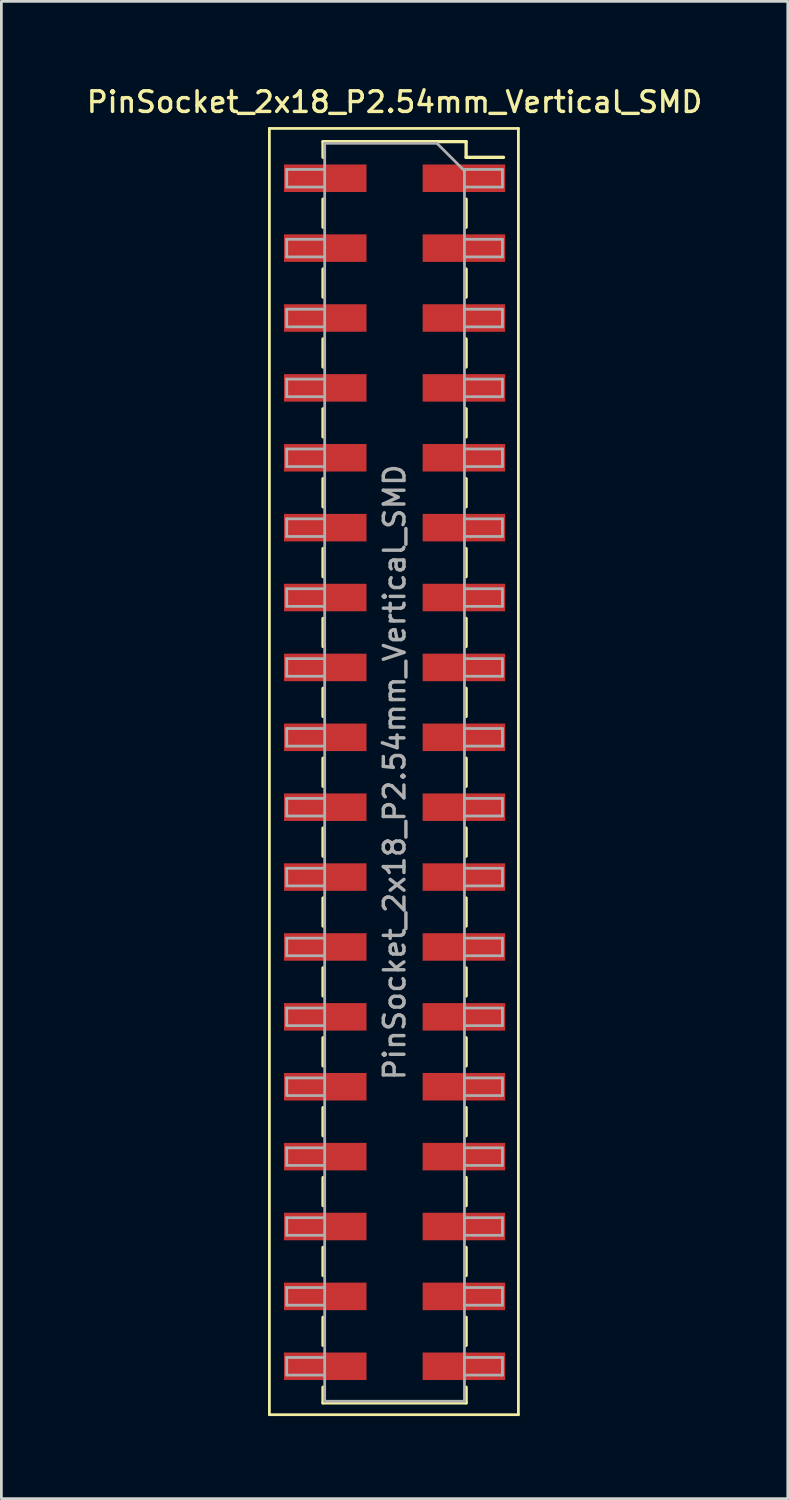
<source format=kicad_pcb>
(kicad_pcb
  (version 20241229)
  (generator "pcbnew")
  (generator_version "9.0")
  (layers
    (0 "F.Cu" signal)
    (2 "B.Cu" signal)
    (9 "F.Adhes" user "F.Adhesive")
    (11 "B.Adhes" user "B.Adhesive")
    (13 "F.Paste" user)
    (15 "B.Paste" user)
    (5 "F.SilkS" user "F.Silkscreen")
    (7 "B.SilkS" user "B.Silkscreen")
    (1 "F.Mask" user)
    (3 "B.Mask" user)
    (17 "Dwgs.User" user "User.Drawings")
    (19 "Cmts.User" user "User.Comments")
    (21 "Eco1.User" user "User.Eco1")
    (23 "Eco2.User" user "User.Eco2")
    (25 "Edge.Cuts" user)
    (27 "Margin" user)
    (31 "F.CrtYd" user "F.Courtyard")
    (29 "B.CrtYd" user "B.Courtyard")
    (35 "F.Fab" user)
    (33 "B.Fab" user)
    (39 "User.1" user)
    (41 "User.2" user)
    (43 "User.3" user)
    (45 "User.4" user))
  (footprint "PinSocket_2x18_P2.54mm_Vertical_SMD"
    (layer "F.Cu")
    (at 11.291 25.018)
    (property "Reference" "PinSocket_2x18_P2.54mm_Vertical_SMD" (at 0 -24.36 0) (layer "F.SilkS") (effects (font (size 0.75 0.75) (thickness 0.125))))
    (attr smd)
    (fp_line (start -4.55 -23.4) (end 4.5 -23.4) (stroke (width 0.1) (type solid)) (layer "F.SilkS"))
    (fp_line (start -4.55 23.35) (end -4.55 -23.4) (stroke (width 0.1) (type solid)) (layer "F.SilkS"))
    (fp_line (start -2.6 -22.92) (end -2.6 -22.35) (stroke (width 0.12) (type solid)) (layer "F.SilkS"))
    (fp_line (start -2.6 -22.92) (end 2.6 -22.92) (stroke (width 0.12) (type solid)) (layer "F.SilkS"))
    (fp_line (start -2.6 -20.83) (end -2.6 -19.81) (stroke (width 0.12) (type solid)) (layer "F.SilkS"))
    (fp_line (start -2.6 -18.29) (end -2.6 -17.27) (stroke (width 0.12) (type solid)) (layer "F.SilkS"))
    (fp_line (start -2.6 -15.75) (end -2.6 -14.73) (stroke (width 0.12) (type solid)) (layer "F.SilkS"))
    (fp_line (start -2.6 -13.21) (end -2.6 -12.19) (stroke (width 0.12) (type solid)) (layer "F.SilkS"))
    (fp_line (start -2.6 -10.67) (end -2.6 -9.65) (stroke (width 0.12) (type solid)) (layer "F.SilkS"))
    (fp_line (start -2.6 -8.13) (end -2.6 -7.11) (stroke (width 0.12) (type solid)) (layer "F.SilkS"))
    (fp_line (start -2.6 -5.59) (end -2.6 -4.57) (stroke (width 0.12) (type solid)) (layer "F.SilkS"))
    (fp_line (start -2.6 -3.05) (end -2.6 -2.03) (stroke (width 0.12) (type solid)) (layer "F.SilkS"))
    (fp_line (start -2.6 -0.51) (end -2.6 0.51) (stroke (width 0.12) (type solid)) (layer "F.SilkS"))
    (fp_line (start -2.6 2.03) (end -2.6 3.05) (stroke (width 0.12) (type solid)) (layer "F.SilkS"))
    (fp_line (start -2.6 4.57) (end -2.6 5.59) (stroke (width 0.12) (type solid)) (layer "F.SilkS"))
    (fp_line (start -2.6 7.11) (end -2.6 8.13) (stroke (width 0.12) (type solid)) (layer "F.SilkS"))
    (fp_line (start -2.6 9.65) (end -2.6 10.67) (stroke (width 0.12) (type solid)) (layer "F.SilkS"))
    (fp_line (start -2.6 12.19) (end -2.6 13.21) (stroke (width 0.12) (type solid)) (layer "F.SilkS"))
    (fp_line (start -2.6 14.73) (end -2.6 15.75) (stroke (width 0.12) (type solid)) (layer "F.SilkS"))
    (fp_line (start -2.6 17.27) (end -2.6 18.29) (stroke (width 0.12) (type solid)) (layer "F.SilkS"))
    (fp_line (start -2.6 19.81) (end -2.6 20.83) (stroke (width 0.12) (type solid)) (layer "F.SilkS"))
    (fp_line (start -2.6 22.35) (end -2.6 22.92) (stroke (width 0.12) (type solid)) (layer "F.SilkS"))
    (fp_line (start -2.6 22.92) (end 2.6 22.92) (stroke (width 0.12) (type solid)) (layer "F.SilkS"))
    (fp_line (start 2.6 -22.92) (end 2.6 -22.35) (stroke (width 0.12) (type solid)) (layer "F.SilkS"))
    (fp_line (start 2.6 -22.35) (end 3.96 -22.35) (stroke (width 0.12) (type solid)) (layer "F.SilkS"))
    (fp_line (start 2.6 -20.83) (end 2.6 -19.81) (stroke (width 0.12) (type solid)) (layer "F.SilkS"))
    (fp_line (start 2.6 -18.29) (end 2.6 -17.27) (stroke (width 0.12) (type solid)) (layer "F.SilkS"))
    (fp_line (start 2.6 -15.75) (end 2.6 -14.73) (stroke (width 0.12) (type solid)) (layer "F.SilkS"))
    (fp_line (start 2.6 -13.21) (end 2.6 -12.19) (stroke (width 0.12) (type solid)) (layer "F.SilkS"))
    (fp_line (start 2.6 -10.67) (end 2.6 -9.65) (stroke (width 0.12) (type solid)) (layer "F.SilkS"))
    (fp_line (start 2.6 -8.13) (end 2.6 -7.11) (stroke (width 0.12) (type solid)) (layer "F.SilkS"))
    (fp_line (start 2.6 -5.59) (end 2.6 -4.57) (stroke (width 0.12) (type solid)) (layer "F.SilkS"))
    (fp_line (start 2.6 -3.05) (end 2.6 -2.03) (stroke (width 0.12) (type solid)) (layer "F.SilkS"))
    (fp_line (start 2.6 -0.51) (end 2.6 0.51) (stroke (width 0.12) (type solid)) (layer "F.SilkS"))
    (fp_line (start 2.6 2.03) (end 2.6 3.05) (stroke (width 0.12) (type solid)) (layer "F.SilkS"))
    (fp_line (start 2.6 4.57) (end 2.6 5.59) (stroke (width 0.12) (type solid)) (layer "F.SilkS"))
    (fp_line (start 2.6 7.11) (end 2.6 8.13) (stroke (width 0.12) (type solid)) (layer "F.SilkS"))
    (fp_line (start 2.6 9.65) (end 2.6 10.67) (stroke (width 0.12) (type solid)) (layer "F.SilkS"))
    (fp_line (start 2.6 12.19) (end 2.6 13.21) (stroke (width 0.12) (type solid)) (layer "F.SilkS"))
    (fp_line (start 2.6 14.73) (end 2.6 15.75) (stroke (width 0.12) (type solid)) (layer "F.SilkS"))
    (fp_line (start 2.6 17.27) (end 2.6 18.29) (stroke (width 0.12) (type solid)) (layer "F.SilkS"))
    (fp_line (start 2.6 19.81) (end 2.6 20.83) (stroke (width 0.12) (type solid)) (layer "F.SilkS"))
    (fp_line (start 2.6 22.35) (end 2.6 22.92) (stroke (width 0.12) (type solid)) (layer "F.SilkS"))
    (fp_line (start 4.5 -23.4) (end 4.5 23.35) (stroke (width 0.1) (type solid)) (layer "F.SilkS"))
    (fp_line (start 4.5 23.35) (end -4.55 23.35) (stroke (width 0.1) (type solid)) (layer "F.SilkS"))
    (fp_line (start -3.92 -21.91) (end -2.54 -21.91) (stroke (width 0.1) (type solid)) (layer "F.Fab"))
    (fp_line (start -3.92 -21.27) (end -3.92 -21.91) (stroke (width 0.1) (type solid)) (layer "F.Fab"))
    (fp_line (start -3.92 -19.37) (end -2.54 -19.37) (stroke (width 0.1) (type solid)) (layer "F.Fab"))
    (fp_line (start -3.92 -18.73) (end -3.92 -19.37) (stroke (width 0.1) (type solid)) (layer "F.Fab"))
    (fp_line (start -3.92 -16.83) (end -2.54 -16.83) (stroke (width 0.1) (type solid)) (layer "F.Fab"))
    (fp_line (start -3.92 -16.19) (end -3.92 -16.83) (stroke (width 0.1) (type solid)) (layer "F.Fab"))
    (fp_line (start -3.92 -14.29) (end -2.54 -14.29) (stroke (width 0.1) (type solid)) (layer "F.Fab"))
    (fp_line (start -3.92 -13.65) (end -3.92 -14.29) (stroke (width 0.1) (type solid)) (layer "F.Fab"))
    (fp_line (start -3.92 -11.75) (end -2.54 -11.75) (stroke (width 0.1) (type solid)) (layer "F.Fab"))
    (fp_line (start -3.92 -11.11) (end -3.92 -11.75) (stroke (width 0.1) (type solid)) (layer "F.Fab"))
    (fp_line (start -3.92 -9.21) (end -2.54 -9.21) (stroke (width 0.1) (type solid)) (layer "F.Fab"))
    (fp_line (start -3.92 -8.57) (end -3.92 -9.21) (stroke (width 0.1) (type solid)) (layer "F.Fab"))
    (fp_line (start -3.92 -6.67) (end -2.54 -6.67) (stroke (width 0.1) (type solid)) (layer "F.Fab"))
    (fp_line (start -3.92 -6.03) (end -3.92 -6.67) (stroke (width 0.1) (type solid)) (layer "F.Fab"))
    (fp_line (start -3.92 -4.13) (end -2.54 -4.13) (stroke (width 0.1) (type solid)) (layer "F.Fab"))
    (fp_line (start -3.92 -3.49) (end -3.92 -4.13) (stroke (width 0.1) (type solid)) (layer "F.Fab"))
    (fp_line (start -3.92 -1.59) (end -2.54 -1.59) (stroke (width 0.1) (type solid)) (layer "F.Fab"))
    (fp_line (start -3.92 -0.95) (end -3.92 -1.59) (stroke (width 0.1) (type solid)) (layer "F.Fab"))
    (fp_line (start -3.92 0.95) (end -2.54 0.95) (stroke (width 0.1) (type solid)) (layer "F.Fab"))
    (fp_line (start -3.92 1.59) (end -3.92 0.95) (stroke (width 0.1) (type solid)) (layer "F.Fab"))
    (fp_line (start -3.92 3.49) (end -2.54 3.49) (stroke (width 0.1) (type solid)) (layer "F.Fab"))
    (fp_line (start -3.92 4.13) (end -3.92 3.49) (stroke (width 0.1) (type solid)) (layer "F.Fab"))
    (fp_line (start -3.92 6.03) (end -2.54 6.03) (stroke (width 0.1) (type solid)) (layer "F.Fab"))
    (fp_line (start -3.92 6.67) (end -3.92 6.03) (stroke (width 0.1) (type solid)) (layer "F.Fab"))
    (fp_line (start -3.92 8.57) (end -2.54 8.57) (stroke (width 0.1) (type solid)) (layer "F.Fab"))
    (fp_line (start -3.92 9.21) (end -3.92 8.57) (stroke (width 0.1) (type solid)) (layer "F.Fab"))
    (fp_line (start -3.92 11.11) (end -2.54 11.11) (stroke (width 0.1) (type solid)) (layer "F.Fab"))
    (fp_line (start -3.92 11.75) (end -3.92 11.11) (stroke (width 0.1) (type solid)) (layer "F.Fab"))
    (fp_line (start -3.92 13.65) (end -2.54 13.65) (stroke (width 0.1) (type solid)) (layer "F.Fab"))
    (fp_line (start -3.92 14.29) (end -3.92 13.65) (stroke (width 0.1) (type solid)) (layer "F.Fab"))
    (fp_line (start -3.92 16.19) (end -2.54 16.19) (stroke (width 0.1) (type solid)) (layer "F.Fab"))
    (fp_line (start -3.92 16.83) (end -3.92 16.19) (stroke (width 0.1) (type solid)) (layer "F.Fab"))
    (fp_line (start -3.92 18.73) (end -2.54 18.73) (stroke (width 0.1) (type solid)) (layer "F.Fab"))
    (fp_line (start -3.92 19.37) (end -3.92 18.73) (stroke (width 0.1) (type solid)) (layer "F.Fab"))
    (fp_line (start -3.92 21.27) (end -2.54 21.27) (stroke (width 0.1) (type solid)) (layer "F.Fab"))
    (fp_line (start -3.92 21.91) (end -3.92 21.27) (stroke (width 0.1) (type solid)) (layer "F.Fab"))
    (fp_line (start -2.54 -22.86) (end 1.54 -22.86) (stroke (width 0.1) (type solid)) (layer "F.Fab"))
    (fp_line (start -2.54 -21.27) (end -3.92 -21.27) (stroke (width 0.1) (type solid)) (layer "F.Fab"))
    (fp_line (start -2.54 -18.73) (end -3.92 -18.73) (stroke (width 0.1) (type solid)) (layer "F.Fab"))
    (fp_line (start -2.54 -16.19) (end -3.92 -16.19) (stroke (width 0.1) (type solid)) (layer "F.Fab"))
    (fp_line (start -2.54 -13.65) (end -3.92 -13.65) (stroke (width 0.1) (type solid)) (layer "F.Fab"))
    (fp_line (start -2.54 -11.11) (end -3.92 -11.11) (stroke (width 0.1) (type solid)) (layer "F.Fab"))
    (fp_line (start -2.54 -8.57) (end -3.92 -8.57) (stroke (width 0.1) (type solid)) (layer "F.Fab"))
    (fp_line (start -2.54 -6.03) (end -3.92 -6.03) (stroke (width 0.1) (type solid)) (layer "F.Fab"))
    (fp_line (start -2.54 -3.49) (end -3.92 -3.49) (stroke (width 0.1) (type solid)) (layer "F.Fab"))
    (fp_line (start -2.54 -0.95) (end -3.92 -0.95) (stroke (width 0.1) (type solid)) (layer "F.Fab"))
    (fp_line (start -2.54 1.59) (end -3.92 1.59) (stroke (width 0.1) (type solid)) (layer "F.Fab"))
    (fp_line (start -2.54 4.13) (end -3.92 4.13) (stroke (width 0.1) (type solid)) (layer "F.Fab"))
    (fp_line (start -2.54 6.67) (end -3.92 6.67) (stroke (width 0.1) (type solid)) (layer "F.Fab"))
    (fp_line (start -2.54 9.21) (end -3.92 9.21) (stroke (width 0.1) (type solid)) (layer "F.Fab"))
    (fp_line (start -2.54 11.75) (end -3.92 11.75) (stroke (width 0.1) (type solid)) (layer "F.Fab"))
    (fp_line (start -2.54 14.29) (end -3.92 14.29) (stroke (width 0.1) (type solid)) (layer "F.Fab"))
    (fp_line (start -2.54 16.83) (end -3.92 16.83) (stroke (width 0.1) (type solid)) (layer "F.Fab"))
    (fp_line (start -2.54 19.37) (end -3.92 19.37) (stroke (width 0.1) (type solid)) (layer "F.Fab"))
    (fp_line (start -2.54 21.91) (end -3.92 21.91) (stroke (width 0.1) (type solid)) (layer "F.Fab"))
    (fp_line (start -2.54 22.86) (end -2.54 -22.86) (stroke (width 0.1) (type solid)) (layer "F.Fab"))
    (fp_line (start 1.54 -22.86) (end 2.54 -21.86) (stroke (width 0.1) (type solid)) (layer "F.Fab"))
    (fp_line (start 2.54 -21.91) (end 3.92 -21.91) (stroke (width 0.1) (type solid)) (layer "F.Fab"))
    (fp_line (start 2.54 -21.86) (end 2.54 22.86) (stroke (width 0.1) (type solid)) (layer "F.Fab"))
    (fp_line (start 2.54 -19.37) (end 3.92 -19.37) (stroke (width 0.1) (type solid)) (layer "F.Fab"))
    (fp_line (start 2.54 -16.83) (end 3.92 -16.83) (stroke (width 0.1) (type solid)) (layer "F.Fab"))
    (fp_line (start 2.54 -14.29) (end 3.92 -14.29) (stroke (width 0.1) (type solid)) (layer "F.Fab"))
    (fp_line (start 2.54 -11.75) (end 3.92 -11.75) (stroke (width 0.1) (type solid)) (layer "F.Fab"))
    (fp_line (start 2.54 -9.21) (end 3.92 -9.21) (stroke (width 0.1) (type solid)) (layer "F.Fab"))
    (fp_line (start 2.54 -6.67) (end 3.92 -6.67) (stroke (width 0.1) (type solid)) (layer "F.Fab"))
    (fp_line (start 2.54 -4.13) (end 3.92 -4.13) (stroke (width 0.1) (type solid)) (layer "F.Fab"))
    (fp_line (start 2.54 -1.59) (end 3.92 -1.59) (stroke (width 0.1) (type solid)) (layer "F.Fab"))
    (fp_line (start 2.54 0.95) (end 3.92 0.95) (stroke (width 0.1) (type solid)) (layer "F.Fab"))
    (fp_line (start 2.54 3.49) (end 3.92 3.49) (stroke (width 0.1) (type solid)) (layer "F.Fab"))
    (fp_line (start 2.54 6.03) (end 3.92 6.03) (stroke (width 0.1) (type solid)) (layer "F.Fab"))
    (fp_line (start 2.54 8.57) (end 3.92 8.57) (stroke (width 0.1) (type solid)) (layer "F.Fab"))
    (fp_line (start 2.54 11.11) (end 3.92 11.11) (stroke (width 0.1) (type solid)) (layer "F.Fab"))
    (fp_line (start 2.54 13.65) (end 3.92 13.65) (stroke (width 0.1) (type solid)) (layer "F.Fab"))
    (fp_line (start 2.54 16.19) (end 3.92 16.19) (stroke (width 0.1) (type solid)) (layer "F.Fab"))
    (fp_line (start 2.54 18.73) (end 3.92 18.73) (stroke (width 0.1) (type solid)) (layer "F.Fab"))
    (fp_line (start 2.54 21.27) (end 3.92 21.27) (stroke (width 0.1) (type solid)) (layer "F.Fab"))
    (fp_line (start 2.54 22.86) (end -2.54 22.86) (stroke (width 0.1) (type solid)) (layer "F.Fab"))
    (fp_line (start 3.92 -21.91) (end 3.92 -21.27) (stroke (width 0.1) (type solid)) (layer "F.Fab"))
    (fp_line (start 3.92 -21.27) (end 2.54 -21.27) (stroke (width 0.1) (type solid)) (layer "F.Fab"))
    (fp_line (start 3.92 -19.37) (end 3.92 -18.73) (stroke (width 0.1) (type solid)) (layer "F.Fab"))
    (fp_line (start 3.92 -18.73) (end 2.54 -18.73) (stroke (width 0.1) (type solid)) (layer "F.Fab"))
    (fp_line (start 3.92 -16.83) (end 3.92 -16.19) (stroke (width 0.1) (type solid)) (layer "F.Fab"))
    (fp_line (start 3.92 -16.19) (end 2.54 -16.19) (stroke (width 0.1) (type solid)) (layer "F.Fab"))
    (fp_line (start 3.92 -14.29) (end 3.92 -13.65) (stroke (width 0.1) (type solid)) (layer "F.Fab"))
    (fp_line (start 3.92 -13.65) (end 2.54 -13.65) (stroke (width 0.1) (type solid)) (layer "F.Fab"))
    (fp_line (start 3.92 -11.75) (end 3.92 -11.11) (stroke (width 0.1) (type solid)) (layer "F.Fab"))
    (fp_line (start 3.92 -11.11) (end 2.54 -11.11) (stroke (width 0.1) (type solid)) (layer "F.Fab"))
    (fp_line (start 3.92 -9.21) (end 3.92 -8.57) (stroke (width 0.1) (type solid)) (layer "F.Fab"))
    (fp_line (start 3.92 -8.57) (end 2.54 -8.57) (stroke (width 0.1) (type solid)) (layer "F.Fab"))
    (fp_line (start 3.92 -6.67) (end 3.92 -6.03) (stroke (width 0.1) (type solid)) (layer "F.Fab"))
    (fp_line (start 3.92 -6.03) (end 2.54 -6.03) (stroke (width 0.1) (type solid)) (layer "F.Fab"))
    (fp_line (start 3.92 -4.13) (end 3.92 -3.49) (stroke (width 0.1) (type solid)) (layer "F.Fab"))
    (fp_line (start 3.92 -3.49) (end 2.54 -3.49) (stroke (width 0.1) (type solid)) (layer "F.Fab"))
    (fp_line (start 3.92 -1.59) (end 3.92 -0.95) (stroke (width 0.1) (type solid)) (layer "F.Fab"))
    (fp_line (start 3.92 -0.95) (end 2.54 -0.95) (stroke (width 0.1) (type solid)) (layer "F.Fab"))
    (fp_line (start 3.92 0.95) (end 3.92 1.59) (stroke (width 0.1) (type solid)) (layer "F.Fab"))
    (fp_line (start 3.92 1.59) (end 2.54 1.59) (stroke (width 0.1) (type solid)) (layer "F.Fab"))
    (fp_line (start 3.92 3.49) (end 3.92 4.13) (stroke (width 0.1) (type solid)) (layer "F.Fab"))
    (fp_line (start 3.92 4.13) (end 2.54 4.13) (stroke (width 0.1) (type solid)) (layer "F.Fab"))
    (fp_line (start 3.92 6.03) (end 3.92 6.67) (stroke (width 0.1) (type solid)) (layer "F.Fab"))
    (fp_line (start 3.92 6.67) (end 2.54 6.67) (stroke (width 0.1) (type solid)) (layer "F.Fab"))
    (fp_line (start 3.92 8.57) (end 3.92 9.21) (stroke (width 0.1) (type solid)) (layer "F.Fab"))
    (fp_line (start 3.92 9.21) (end 2.54 9.21) (stroke (width 0.1) (type solid)) (layer "F.Fab"))
    (fp_line (start 3.92 11.11) (end 3.92 11.75) (stroke (width 0.1) (type solid)) (layer "F.Fab"))
    (fp_line (start 3.92 11.75) (end 2.54 11.75) (stroke (width 0.1) (type solid)) (layer "F.Fab"))
    (fp_line (start 3.92 13.65) (end 3.92 14.29) (stroke (width 0.1) (type solid)) (layer "F.Fab"))
    (fp_line (start 3.92 14.29) (end 2.54 14.29) (stroke (width 0.1) (type solid)) (layer "F.Fab"))
    (fp_line (start 3.92 16.19) (end 3.92 16.83) (stroke (width 0.1) (type solid)) (layer "F.Fab"))
    (fp_line (start 3.92 16.83) (end 2.54 16.83) (stroke (width 0.1) (type solid)) (layer "F.Fab"))
    (fp_line (start 3.92 18.73) (end 3.92 19.37) (stroke (width 0.1) (type solid)) (layer "F.Fab"))
    (fp_line (start 3.92 19.37) (end 2.54 19.37) (stroke (width 0.1) (type solid)) (layer "F.Fab"))
    (fp_line (start 3.92 21.27) (end 3.92 21.91) (stroke (width 0.1) (type solid)) (layer "F.Fab"))
    (fp_line (start 3.92 21.91) (end 2.54 21.91) (stroke (width 0.1) (type solid)) (layer "F.Fab"))
    (fp_text user "${REFERENCE}" (at 0 0 90) (layer "F.Fab") (effects (font (size 0.75 0.75) (thickness 0.125))))
    (pad "1" smd rect (at 2.52 -21.59) (size 3 1) (layers "F.Cu" "F.Mask" "F.Paste"))
    (pad "2" smd rect (at -2.52 -21.59) (size 3 1) (layers "F.Cu" "F.Mask" "F.Paste"))
    (pad "3" smd rect (at 2.52 -19.05) (size 3 1) (layers "F.Cu" "F.Mask" "F.Paste"))
    (pad "4" smd rect (at -2.52 -19.05) (size 3 1) (layers "F.Cu" "F.Mask" "F.Paste"))
    (pad "5" smd rect (at 2.52 -16.51) (size 3 1) (layers "F.Cu" "F.Mask" "F.Paste"))
    (pad "6" smd rect (at -2.52 -16.51) (size 3 1) (layers "F.Cu" "F.Mask" "F.Paste"))
    (pad "7" smd rect (at 2.52 -13.97) (size 3 1) (layers "F.Cu" "F.Mask" "F.Paste"))
    (pad "8" smd rect (at -2.52 -13.97) (size 3 1) (layers "F.Cu" "F.Mask" "F.Paste"))
    (pad "9" smd rect (at 2.52 -11.43) (size 3 1) (layers "F.Cu" "F.Mask" "F.Paste"))
    (pad "10" smd rect (at -2.52 -11.43) (size 3 1) (layers "F.Cu" "F.Mask" "F.Paste"))
    (pad "11" smd rect (at 2.52 -8.89) (size 3 1) (layers "F.Cu" "F.Mask" "F.Paste"))
    (pad "12" smd rect (at -2.52 -8.89) (size 3 1) (layers "F.Cu" "F.Mask" "F.Paste"))
    (pad "13" smd rect (at 2.52 -6.35) (size 3 1) (layers "F.Cu" "F.Mask" "F.Paste"))
    (pad "14" smd rect (at -2.52 -6.35) (size 3 1) (layers "F.Cu" "F.Mask" "F.Paste"))
    (pad "15" smd rect (at 2.52 -3.81) (size 3 1) (layers "F.Cu" "F.Mask" "F.Paste"))
    (pad "16" smd rect (at -2.52 -3.81) (size 3 1) (layers "F.Cu" "F.Mask" "F.Paste"))
    (pad "17" smd rect (at 2.52 -1.27) (size 3 1) (layers "F.Cu" "F.Mask" "F.Paste"))
    (pad "18" smd rect (at -2.52 -1.27) (size 3 1) (layers "F.Cu" "F.Mask" "F.Paste"))
    (pad "19" smd rect (at 2.52 1.27) (size 3 1) (layers "F.Cu" "F.Mask" "F.Paste"))
    (pad "20" smd rect (at -2.52 1.27) (size 3 1) (layers "F.Cu" "F.Mask" "F.Paste"))
    (pad "21" smd rect (at 2.52 3.81) (size 3 1) (layers "F.Cu" "F.Mask" "F.Paste"))
    (pad "22" smd rect (at -2.52 3.81) (size 3 1) (layers "F.Cu" "F.Mask" "F.Paste"))
    (pad "23" smd rect (at 2.52 6.35) (size 3 1) (layers "F.Cu" "F.Mask" "F.Paste"))
    (pad "24" smd rect (at -2.52 6.35) (size 3 1) (layers "F.Cu" "F.Mask" "F.Paste"))
    (pad "25" smd rect (at 2.52 8.89) (size 3 1) (layers "F.Cu" "F.Mask" "F.Paste"))
    (pad "26" smd rect (at -2.52 8.89) (size 3 1) (layers "F.Cu" "F.Mask" "F.Paste"))
    (pad "27" smd rect (at 2.52 11.43) (size 3 1) (layers "F.Cu" "F.Mask" "F.Paste"))
    (pad "28" smd rect (at -2.52 11.43) (size 3 1) (layers "F.Cu" "F.Mask" "F.Paste"))
    (pad "29" smd rect (at 2.52 13.97) (size 3 1) (layers "F.Cu" "F.Mask" "F.Paste"))
    (pad "30" smd rect (at -2.52 13.97) (size 3 1) (layers "F.Cu" "F.Mask" "F.Paste"))
    (pad "31" smd rect (at 2.52 16.51) (size 3 1) (layers "F.Cu" "F.Mask" "F.Paste"))
    (pad "32" smd rect (at -2.52 16.51) (size 3 1) (layers "F.Cu" "F.Mask" "F.Paste"))
    (pad "33" smd rect (at 2.52 19.05) (size 3 1) (layers "F.Cu" "F.Mask" "F.Paste"))
    (pad "34" smd rect (at -2.52 19.05) (size 3 1) (layers "F.Cu" "F.Mask" "F.Paste"))
    (pad "35" smd rect (at 2.52 21.59) (size 3 1) (layers "F.Cu" "F.Mask" "F.Paste"))
    (pad "36" smd rect (at -2.52 21.59) (size 3 1) (layers "F.Cu" "F.Mask" "F.Paste")))
  (gr_rect
    (start -3 -3)
    (end 25.582 51.418)
    (stroke (width 0.1) (type default))
    (fill no)
    (layer "Edge.Cuts")))
</source>
